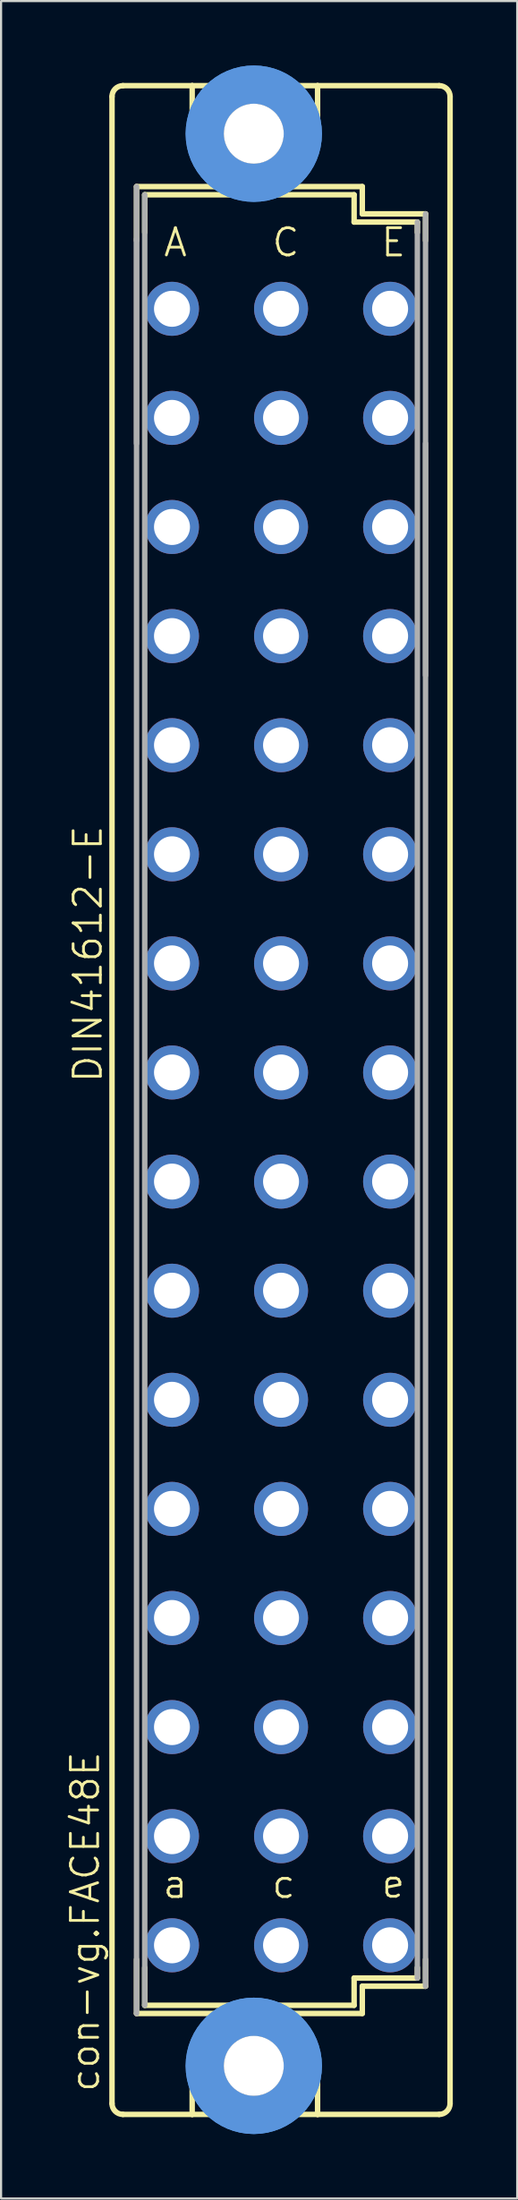
<source format=kicad_pcb>
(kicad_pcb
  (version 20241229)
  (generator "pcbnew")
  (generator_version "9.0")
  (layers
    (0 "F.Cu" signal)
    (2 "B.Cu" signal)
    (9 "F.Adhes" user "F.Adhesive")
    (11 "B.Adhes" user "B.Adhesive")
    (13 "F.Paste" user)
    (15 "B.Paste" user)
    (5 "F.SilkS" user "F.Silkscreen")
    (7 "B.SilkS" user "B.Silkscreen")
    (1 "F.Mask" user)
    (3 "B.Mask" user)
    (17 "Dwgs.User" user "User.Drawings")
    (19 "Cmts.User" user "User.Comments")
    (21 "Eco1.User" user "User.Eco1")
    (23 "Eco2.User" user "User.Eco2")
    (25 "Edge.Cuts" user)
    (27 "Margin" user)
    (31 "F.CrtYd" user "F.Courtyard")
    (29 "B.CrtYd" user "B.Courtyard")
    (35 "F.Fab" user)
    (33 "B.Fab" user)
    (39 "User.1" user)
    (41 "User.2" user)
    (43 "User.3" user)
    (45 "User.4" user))
  (footprint "con-vg.FACE48E"
    (layer "F.Cu")
    (at 10.042 48.158)
    (property "Reference" "con-vg.FACE48E" (at -8.382 46.279 90) (layer "F.SilkS") (effects (font (size 1.27 1.27) (thickness 0.13)) (justify left bottom)))
    (attr through_hole)
    (fp_line (start -7.874 46.736) (end -7.874 -46.711) (stroke (width 0.254) (type default)) (layer "F.SilkS"))
    (fp_line (start -7.366 -47.219) (end -4.14 -47.219) (stroke (width 0.254) (type default)) (layer "F.SilkS"))
    (fp_line (start -7.366 47.244) (end -4.14 47.244) (stroke (width 0.254) (type default)) (layer "F.SilkS"))
    (fp_line (start -6.731 -42.52) (end -6.731 -40.005) (stroke (width 0.254) (type default)) (layer "F.SilkS"))
    (fp_line (start -6.731 40.03) (end -6.731 42.545) (stroke (width 0.254) (type default)) (layer "F.SilkS"))
    (fp_line (start -6.731 42.545) (end -2.616 42.545) (stroke (width 0.254) (type default)) (layer "F.SilkS"))
    (fp_line (start -6.35 -42.139) (end -6.35 -40.386) (stroke (width 0.254) (type default)) (layer "F.SilkS"))
    (fp_line (start -6.35 -42.139) (end 3.404 -42.139) (stroke (width 0.254) (type default)) (layer "F.SilkS"))
    (fp_line (start -6.35 40.411) (end -6.35 42.164) (stroke (width 0.254) (type default)) (layer "F.SilkS"))
    (fp_line (start -6.35 42.164) (end 3.404 42.164) (stroke (width 0.254) (type default)) (layer "F.SilkS"))
    (fp_line (start -4.14 -47.219) (end -4.14 -44.425) (stroke (width 0.254) (type default)) (layer "F.SilkS"))
    (fp_line (start -4.14 47.244) (end -4.14 44.45) (stroke (width 0.254) (type default)) (layer "F.SilkS"))
    (fp_line (start -4.14 47.244) (end 1.702 47.244) (stroke (width 0.254) (type default)) (layer "F.SilkS"))
    (fp_line (start -2.616 -42.52) (end -6.731 -42.52) (stroke (width 0.254) (type default)) (layer "F.SilkS"))
    (fp_line (start -2.616 -42.52) (end -4.14 -44.425) (stroke (width 0.254) (type default)) (layer "F.SilkS"))
    (fp_line (start -2.616 42.545) (end -4.14 44.45) (stroke (width 0.254) (type default)) (layer "F.SilkS"))
    (fp_line (start -2.616 42.545) (end -0.152 42.545) (stroke (width 0.254) (type default)) (layer "F.SilkS"))
    (fp_line (start -0.152 -42.52) (end -2.616 -42.52) (stroke (width 0.254) (type default)) (layer "F.SilkS"))
    (fp_line (start -0.152 -42.52) (end 1.702 -44.425) (stroke (width 0.254) (type default)) (layer "F.SilkS"))
    (fp_line (start -0.152 42.545) (end 1.702 44.45) (stroke (width 0.254) (type default)) (layer "F.SilkS"))
    (fp_line (start -0.152 42.545) (end 3.785 42.545) (stroke (width 0.254) (type default)) (layer "F.SilkS"))
    (fp_line (start 1.702 -47.219) (end -4.14 -47.219) (stroke (width 0.254) (type default)) (layer "F.SilkS"))
    (fp_line (start 1.702 -47.219) (end 1.702 -44.425) (stroke (width 0.254) (type default)) (layer "F.SilkS"))
    (fp_line (start 1.702 47.244) (end 1.702 44.45) (stroke (width 0.254) (type default)) (layer "F.SilkS"))
    (fp_line (start 1.702 47.244) (end 7.366 47.244) (stroke (width 0.254) (type default)) (layer "F.SilkS"))
    (fp_line (start 3.404 -42.139) (end 3.404 -40.869) (stroke (width 0.254) (type default)) (layer "F.SilkS"))
    (fp_line (start 3.404 -40.869) (end 6.35 -40.869) (stroke (width 0.254) (type default)) (layer "F.SilkS"))
    (fp_line (start 3.404 40.894) (end 6.35 40.894) (stroke (width 0.254) (type default)) (layer "F.SilkS"))
    (fp_line (start 3.404 42.164) (end 3.404 40.894) (stroke (width 0.254) (type default)) (layer "F.SilkS"))
    (fp_line (start 3.785 -42.52) (end -0.152 -42.52) (stroke (width 0.254) (type default)) (layer "F.SilkS"))
    (fp_line (start 3.785 -41.25) (end 3.785 -42.52) (stroke (width 0.254) (type default)) (layer "F.SilkS"))
    (fp_line (start 3.785 41.275) (end 6.731 41.275) (stroke (width 0.254) (type default)) (layer "F.SilkS"))
    (fp_line (start 3.785 42.545) (end 3.785 41.275) (stroke (width 0.254) (type default)) (layer "F.SilkS"))
    (fp_line (start 6.35 -40.869) (end 6.35 -40.386) (stroke (width 0.254) (type default)) (layer "F.SilkS"))
    (fp_line (start 6.35 40.411) (end 6.35 40.894) (stroke (width 0.254) (type default)) (layer "F.SilkS"))
    (fp_line (start 6.731 -41.25) (end 3.785 -41.25) (stroke (width 0.254) (type default)) (layer "F.SilkS"))
    (fp_line (start 6.731 -40.005) (end 6.731 -41.25) (stroke (width 0.254) (type default)) (layer "F.SilkS"))
    (fp_line (start 6.731 41.275) (end 6.731 40.03) (stroke (width 0.254) (type default)) (layer "F.SilkS"))
    (fp_line (start 7.366 -47.219) (end 1.702 -47.219) (stroke (width 0.254) (type default)) (layer "F.SilkS"))
    (fp_line (start 7.874 46.736) (end 7.874 -46.711) (stroke (width 0.254) (type default)) (layer "F.SilkS"))
    (fp_arc (start -7.874 -46.7106) (mid -7.72521 -47.06981) (end -7.366 -47.2186) (stroke (width 0.254) (type default)) (layer "F.SilkS"))
    (fp_arc (start -7.366 47.244) (mid -7.72521 47.09521) (end -7.874 46.736) (stroke (width 0.254) (type default)) (layer "F.SilkS"))
    (fp_arc (start 7.366 -47.2186) (mid 7.72521 -47.06981) (end 7.874 -46.7106) (stroke (width 0.254) (type default)) (layer "F.SilkS"))
    (fp_arc (start 7.874 46.736) (mid 7.72521 47.09521) (end 7.366 47.244) (stroke (width 0.254) (type default)) (layer "F.SilkS"))
    (fp_circle (center -1.27 -44.983) (end 1.016 -44.983) (stroke (width 1.778) (type default)) (fill no) (layer "Cmts.User"))
    (fp_circle (center -1.27 -44.983) (end 1.016 -44.983) (stroke (width 1.778) (type default)) (fill no) (layer "Cmts.User"))
    (fp_circle (center -1.27 44.983) (end 1.016 44.983) (stroke (width 1.778) (type default)) (fill no) (layer "Cmts.User"))
    (fp_circle (center -1.27 44.983) (end 1.016 44.983) (stroke (width 1.778) (type default)) (fill no) (layer "Cmts.User"))
    (fp_line (start -6.731 -42.52) (end -6.731 42.545) (stroke (width 0.254) (type default)) (layer "F.Fab"))
    (fp_line (start -6.731 -40.081) (end -6.731 -30.556) (stroke (width 0.254) (type default)) (layer "F.Fab"))
    (fp_line (start -6.35 -42.139) (end -6.35 42.164) (stroke (width 0.254) (type default)) (layer "F.Fab"))
    (fp_line (start 6.35 -40.869) (end 6.35 40.894) (stroke (width 0.254) (type default)) (layer "F.Fab"))
    (fp_line (start 6.731 -19.761) (end 6.731 -30.556) (stroke (width 0.254) (type default)) (layer "F.Fab"))
    (fp_line (start 6.731 41.275) (end 6.731 -41.25) (stroke (width 0.254) (type default)) (layer "F.Fab"))
    (fp_rect (start -5.461 -36.195) (end -4.699 -37.465) (stroke (width 0.05) (type default)) (fill no) (layer "F.Fab"))
    (fp_rect (start -5.461 -31.115) (end -4.699 -32.385) (stroke (width 0.05) (type default)) (fill no) (layer "F.Fab"))
    (fp_rect (start -5.461 -26.035) (end -4.699 -27.305) (stroke (width 0.05) (type default)) (fill no) (layer "F.Fab"))
    (fp_rect (start -5.461 -20.955) (end -4.699 -22.225) (stroke (width 0.05) (type default)) (fill no) (layer "F.Fab"))
    (fp_rect (start -5.461 -15.875) (end -4.699 -17.145) (stroke (width 0.05) (type default)) (fill no) (layer "F.Fab"))
    (fp_rect (start -5.461 -10.795) (end -4.699 -12.065) (stroke (width 0.05) (type default)) (fill no) (layer "F.Fab"))
    (fp_rect (start -5.461 -5.715) (end -4.699 -6.985) (stroke (width 0.05) (type default)) (fill no) (layer "F.Fab"))
    (fp_rect (start -5.461 -0.635) (end -4.699 -1.905) (stroke (width 0.05) (type default)) (fill no) (layer "F.Fab"))
    (fp_rect (start -5.461 4.445) (end -4.699 3.175) (stroke (width 0.05) (type default)) (fill no) (layer "F.Fab"))
    (fp_rect (start -5.461 9.525) (end -4.699 8.255) (stroke (width 0.05) (type default)) (fill no) (layer "F.Fab"))
    (fp_rect (start -5.461 14.605) (end -4.699 13.335) (stroke (width 0.05) (type default)) (fill no) (layer "F.Fab"))
    (fp_rect (start -5.461 19.685) (end -4.699 18.415) (stroke (width 0.05) (type default)) (fill no) (layer "F.Fab"))
    (fp_rect (start -5.461 24.765) (end -4.699 23.495) (stroke (width 0.05) (type default)) (fill no) (layer "F.Fab"))
    (fp_rect (start -5.461 29.845) (end -4.699 28.575) (stroke (width 0.05) (type default)) (fill no) (layer "F.Fab"))
    (fp_rect (start -5.461 34.925) (end -4.699 33.655) (stroke (width 0.05) (type default)) (fill no) (layer "F.Fab"))
    (fp_rect (start -5.461 40.005) (end -4.699 38.735) (stroke (width 0.05) (type default)) (fill no) (layer "F.Fab"))
    (fp_rect (start -0.381 -36.195) (end 0.381 -37.465) (stroke (width 0.05) (type default)) (fill no) (layer "F.Fab"))
    (fp_rect (start -0.381 -31.115) (end 0.381 -32.385) (stroke (width 0.05) (type default)) (fill no) (layer "F.Fab"))
    (fp_rect (start -0.381 -26.035) (end 0.381 -27.305) (stroke (width 0.05) (type default)) (fill no) (layer "F.Fab"))
    (fp_rect (start -0.381 -20.955) (end 0.381 -22.225) (stroke (width 0.05) (type default)) (fill no) (layer "F.Fab"))
    (fp_rect (start -0.381 -15.875) (end 0.381 -17.145) (stroke (width 0.05) (type default)) (fill no) (layer "F.Fab"))
    (fp_rect (start -0.381 -10.795) (end 0.381 -12.065) (stroke (width 0.05) (type default)) (fill no) (layer "F.Fab"))
    (fp_rect (start -0.381 -5.715) (end 0.381 -6.985) (stroke (width 0.05) (type default)) (fill no) (layer "F.Fab"))
    (fp_rect (start -0.381 -0.635) (end 0.381 -1.905) (stroke (width 0.05) (type default)) (fill no) (layer "F.Fab"))
    (fp_rect (start -0.381 4.445) (end 0.381 3.175) (stroke (width 0.05) (type default)) (fill no) (layer "F.Fab"))
    (fp_rect (start -0.381 9.525) (end 0.381 8.255) (stroke (width 0.05) (type default)) (fill no) (layer "F.Fab"))
    (fp_rect (start -0.381 14.605) (end 0.381 13.335) (stroke (width 0.05) (type default)) (fill no) (layer "F.Fab"))
    (fp_rect (start -0.381 19.685) (end 0.381 18.415) (stroke (width 0.05) (type default)) (fill no) (layer "F.Fab"))
    (fp_rect (start -0.381 24.765) (end 0.381 23.495) (stroke (width 0.05) (type default)) (fill no) (layer "F.Fab"))
    (fp_rect (start -0.381 29.845) (end 0.381 28.575) (stroke (width 0.05) (type default)) (fill no) (layer "F.Fab"))
    (fp_rect (start -0.381 34.925) (end 0.381 33.655) (stroke (width 0.05) (type default)) (fill no) (layer "F.Fab"))
    (fp_rect (start -0.381 40.005) (end 0.381 38.735) (stroke (width 0.05) (type default)) (fill no) (layer "F.Fab"))
    (fp_rect (start 4.699 -36.195) (end 5.461 -37.465) (stroke (width 0.05) (type default)) (fill no) (layer "F.Fab"))
    (fp_rect (start 4.699 -31.115) (end 5.461 -32.385) (stroke (width 0.05) (type default)) (fill no) (layer "F.Fab"))
    (fp_rect (start 4.699 -26.035) (end 5.461 -27.305) (stroke (width 0.05) (type default)) (fill no) (layer "F.Fab"))
    (fp_rect (start 4.699 -20.955) (end 5.461 -22.225) (stroke (width 0.05) (type default)) (fill no) (layer "F.Fab"))
    (fp_rect (start 4.699 -15.875) (end 5.461 -17.145) (stroke (width 0.05) (type default)) (fill no) (layer "F.Fab"))
    (fp_rect (start 4.699 -10.795) (end 5.461 -12.065) (stroke (width 0.05) (type default)) (fill no) (layer "F.Fab"))
    (fp_rect (start 4.699 -5.715) (end 5.461 -6.985) (stroke (width 0.05) (type default)) (fill no) (layer "F.Fab"))
    (fp_rect (start 4.699 -0.635) (end 5.461 -1.905) (stroke (width 0.05) (type default)) (fill no) (layer "F.Fab"))
    (fp_rect (start 4.699 4.445) (end 5.461 3.175) (stroke (width 0.05) (type default)) (fill no) (layer "F.Fab"))
    (fp_rect (start 4.699 9.525) (end 5.461 8.255) (stroke (width 0.05) (type default)) (fill no) (layer "F.Fab"))
    (fp_rect (start 4.699 14.605) (end 5.461 13.335) (stroke (width 0.05) (type default)) (fill no) (layer "F.Fab"))
    (fp_rect (start 4.699 19.685) (end 5.461 18.415) (stroke (width 0.05) (type default)) (fill no) (layer "F.Fab"))
    (fp_rect (start 4.699 24.765) (end 5.461 23.495) (stroke (width 0.05) (type default)) (fill no) (layer "F.Fab"))
    (fp_rect (start 4.699 29.845) (end 5.461 28.575) (stroke (width 0.05) (type default)) (fill no) (layer "F.Fab"))
    (fp_rect (start 4.699 34.925) (end 5.461 33.655) (stroke (width 0.05) (type default)) (fill no) (layer "F.Fab"))
    (fp_rect (start 4.699 40.005) (end 5.461 38.735) (stroke (width 0.05) (type default)) (fill no) (layer "F.Fab"))
    (fp_text user "E" (at 4.575 -39.175 0) (layer "F.SilkS") (effects (font (size 1.27 1.27) (thickness 0.13)) (justify left bottom)))
    (fp_text user "DIN41612-E" (at -8.255 -0.711 90) (layer "F.SilkS") (effects (font (size 1.27 1.27) (thickness 0.13)) (justify left bottom)))
    (fp_text user "A" (at -5.55 -39.175 0) (layer "F.SilkS") (effects (font (size 1.27 1.27) (thickness 0.13)) (justify left bottom)))
    (fp_text user "a" (at -5.588 37.262 0) (layer "F.SilkS") (effects (font (size 1.27 1.27) (thickness 0.13)) (justify left bottom)))
    (fp_text user "e" (at 4.6 37.25 0) (layer "F.SilkS") (effects (font (size 1.27 1.27) (thickness 0.13)) (justify left bottom)))
    (fp_text user "C" (at -0.5 -39.175 0) (layer "F.SilkS") (effects (font (size 1.27 1.27) (thickness 0.13)) (justify left bottom)))
    (fp_text user "c" (at -0.508 37.262 0) (layer "F.SilkS") (effects (font (size 1.27 1.27) (thickness 0.13)) (justify left bottom)))
    (pad "" np_thru_hole circle (at -1.27 -44.983) (size 2.794 2.794) (drill 2.794) (layers "*.Cu" "*.Mask"))
    (pad "" np_thru_hole circle (at -1.27 44.983) (size 2.794 2.794) (drill 2.794) (layers "*.Cu" "*.Mask"))
    (pad "A2" thru_hole circle (at -5.08 -36.83) (size 2.515 2.515) (drill 1.676) (layers "*.Cu" "*.Mask"))
    (pad "A4" thru_hole circle (at -5.08 -31.75) (size 2.515 2.515) (drill 1.676) (layers "*.Cu" "*.Mask"))
    (pad "A6" thru_hole circle (at -5.08 -26.67) (size 2.515 2.515) (drill 1.676) (layers "*.Cu" "*.Mask"))
    (pad "A8" thru_hole circle (at -5.08 -21.59) (size 2.515 2.515) (drill 1.676) (layers "*.Cu" "*.Mask"))
    (pad "A10" thru_hole circle (at -5.08 -16.51) (size 2.515 2.515) (drill 1.676) (layers "*.Cu" "*.Mask"))
    (pad "A12" thru_hole circle (at -5.08 -11.43) (size 2.515 2.515) (drill 1.676) (layers "*.Cu" "*.Mask"))
    (pad "A14" thru_hole circle (at -5.08 -6.35) (size 2.515 2.515) (drill 1.676) (layers "*.Cu" "*.Mask"))
    (pad "A16" thru_hole circle (at -5.08 -1.27) (size 2.515 2.515) (drill 1.676) (layers "*.Cu" "*.Mask"))
    (pad "A18" thru_hole circle (at -5.08 3.81) (size 2.515 2.515) (drill 1.676) (layers "*.Cu" "*.Mask"))
    (pad "A20" thru_hole circle (at -5.08 8.89) (size 2.515 2.515) (drill 1.676) (layers "*.Cu" "*.Mask"))
    (pad "A22" thru_hole circle (at -5.08 13.97) (size 2.515 2.515) (drill 1.676) (layers "*.Cu" "*.Mask"))
    (pad "A24" thru_hole circle (at -5.08 19.05) (size 2.515 2.515) (drill 1.676) (layers "*.Cu" "*.Mask"))
    (pad "A26" thru_hole circle (at -5.08 24.13) (size 2.515 2.515) (drill 1.676) (layers "*.Cu" "*.Mask"))
    (pad "A28" thru_hole circle (at -5.08 29.21) (size 2.515 2.515) (drill 1.676) (layers "*.Cu" "*.Mask"))
    (pad "A30" thru_hole circle (at -5.08 34.29) (size 2.515 2.515) (drill 1.676) (layers "*.Cu" "*.Mask"))
    (pad "A32" thru_hole circle (at -5.08 39.37) (size 2.515 2.515) (drill 1.676) (layers "*.Cu" "*.Mask"))
    (pad "C2" thru_hole circle (at 0 -36.83) (size 2.515 2.515) (drill 1.676) (layers "*.Cu" "*.Mask"))
    (pad "C4" thru_hole circle (at 0 -31.75) (size 2.515 2.515) (drill 1.676) (layers "*.Cu" "*.Mask"))
    (pad "C6" thru_hole circle (at 0 -26.67) (size 2.515 2.515) (drill 1.676) (layers "*.Cu" "*.Mask"))
    (pad "C8" thru_hole circle (at 0 -21.59) (size 2.515 2.515) (drill 1.676) (layers "*.Cu" "*.Mask"))
    (pad "C10" thru_hole circle (at 0 -16.51) (size 2.515 2.515) (drill 1.676) (layers "*.Cu" "*.Mask"))
    (pad "C12" thru_hole circle (at 0 -11.43) (size 2.515 2.515) (drill 1.676) (layers "*.Cu" "*.Mask"))
    (pad "C14" thru_hole circle (at 0 -6.35) (size 2.515 2.515) (drill 1.676) (layers "*.Cu" "*.Mask"))
    (pad "C16" thru_hole circle (at 0 -1.27) (size 2.515 2.515) (drill 1.676) (layers "*.Cu" "*.Mask"))
    (pad "C18" thru_hole circle (at 0 3.81) (size 2.515 2.515) (drill 1.676) (layers "*.Cu" "*.Mask"))
    (pad "C20" thru_hole circle (at 0 8.89) (size 2.515 2.515) (drill 1.676) (layers "*.Cu" "*.Mask"))
    (pad "C22" thru_hole circle (at 0 13.97) (size 2.515 2.515) (drill 1.676) (layers "*.Cu" "*.Mask"))
    (pad "C24" thru_hole circle (at 0 19.05) (size 2.515 2.515) (drill 1.676) (layers "*.Cu" "*.Mask"))
    (pad "C26" thru_hole circle (at 0 24.13) (size 2.515 2.515) (drill 1.676) (layers "*.Cu" "*.Mask"))
    (pad "C28" thru_hole circle (at 0 29.21) (size 2.515 2.515) (drill 1.676) (layers "*.Cu" "*.Mask"))
    (pad "C30" thru_hole circle (at 0 34.29) (size 2.515 2.515) (drill 1.676) (layers "*.Cu" "*.Mask"))
    (pad "C32" thru_hole circle (at 0 39.37) (size 2.515 2.515) (drill 1.676) (layers "*.Cu" "*.Mask"))
    (pad "E2" thru_hole circle (at 5.08 -36.83) (size 2.515 2.515) (drill 1.676) (layers "*.Cu" "*.Mask"))
    (pad "E4" thru_hole circle (at 5.08 -31.75) (size 2.515 2.515) (drill 1.676) (layers "*.Cu" "*.Mask"))
    (pad "E6" thru_hole circle (at 5.08 -26.67) (size 2.515 2.515) (drill 1.676) (layers "*.Cu" "*.Mask"))
    (pad "E8" thru_hole circle (at 5.08 -21.59) (size 2.515 2.515) (drill 1.676) (layers "*.Cu" "*.Mask"))
    (pad "E10" thru_hole circle (at 5.08 -16.51) (size 2.515 2.515) (drill 1.676) (layers "*.Cu" "*.Mask"))
    (pad "E12" thru_hole circle (at 5.08 -11.43) (size 2.515 2.515) (drill 1.676) (layers "*.Cu" "*.Mask"))
    (pad "E14" thru_hole circle (at 5.08 -6.35) (size 2.515 2.515) (drill 1.676) (layers "*.Cu" "*.Mask"))
    (pad "E16" thru_hole circle (at 5.08 -1.27) (size 2.515 2.515) (drill 1.676) (layers "*.Cu" "*.Mask"))
    (pad "E18" thru_hole circle (at 5.08 3.81) (size 2.515 2.515) (drill 1.676) (layers "*.Cu" "*.Mask"))
    (pad "E20" thru_hole circle (at 5.08 8.89) (size 2.515 2.515) (drill 1.676) (layers "*.Cu" "*.Mask"))
    (pad "E22" thru_hole circle (at 5.08 13.97) (size 2.515 2.515) (drill 1.676) (layers "*.Cu" "*.Mask"))
    (pad "E24" thru_hole circle (at 5.08 19.05) (size 2.515 2.515) (drill 1.676) (layers "*.Cu" "*.Mask"))
    (pad "E26" thru_hole circle (at 5.08 24.13) (size 2.515 2.515) (drill 1.676) (layers "*.Cu" "*.Mask"))
    (pad "E28" thru_hole circle (at 5.08 29.21) (size 2.515 2.515) (drill 1.676) (layers "*.Cu" "*.Mask"))
    (pad "E30" thru_hole circle (at 5.08 34.29) (size 2.515 2.515) (drill 1.676) (layers "*.Cu" "*.Mask"))
    (pad "E32" thru_hole circle (at 5.08 39.37) (size 2.515 2.515) (drill 1.676) (layers "*.Cu" "*.Mask")))
  (gr_rect
    (start -3 -3)
    (end 21.043 99.317)
    (stroke (width 0.1) (type default))
    (fill no)
    (layer "Edge.Cuts")))
</source>
